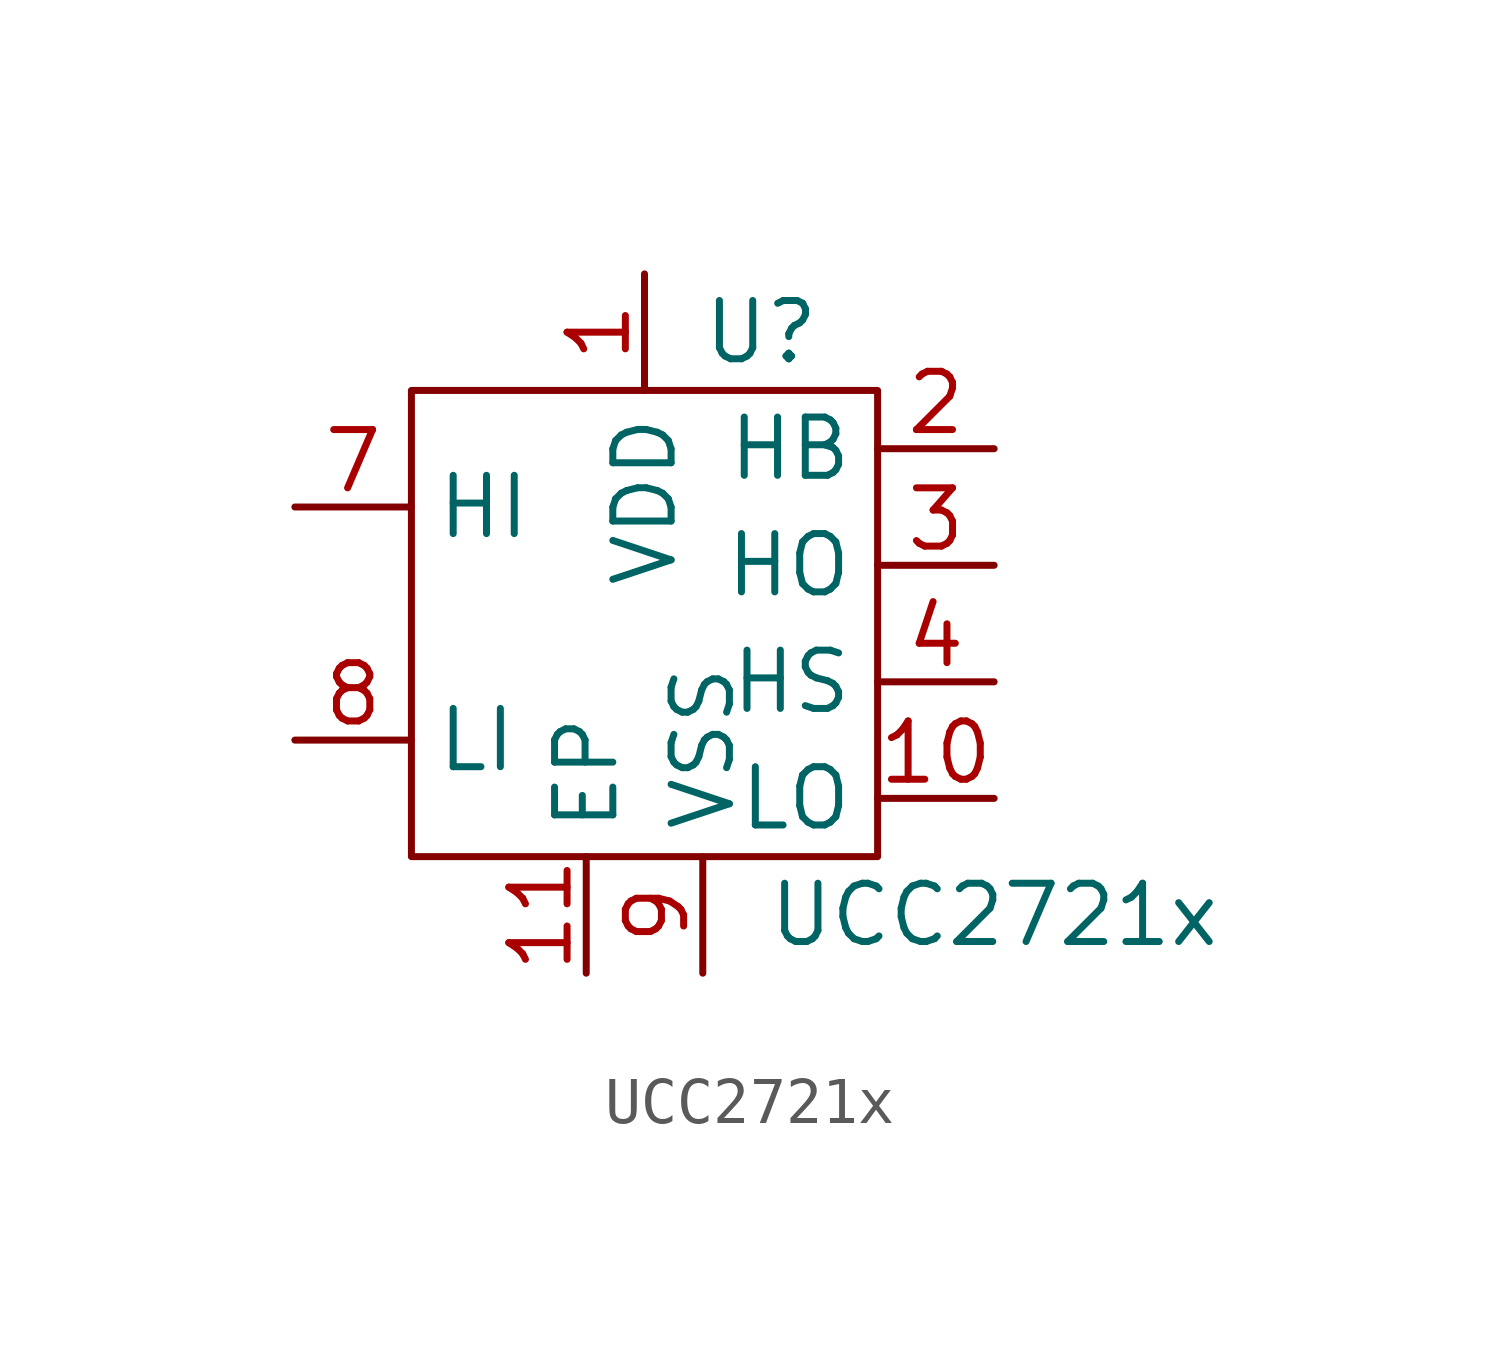
<source format=kicad_sym>
(kicad_symbol_lib
  (version 20211014)
  (generator kicad_symbol_editor)
  (symbol "UCC2721x"
    (property "Reference" "U"
      (at 2.54 6.35 0)
      (effects (font (size 1.27 1.27))))
    (property "Value" "UCC2721x"
      (at 7.62 -6.35 0)
      (effects (font (size 1.27 1.27))))
    (symbol "UCC2721x_0_1"
      (rectangle (start -5.08 5.08) (end 5.08 -5.08) (stroke (width 0) (type default) (color 0 0 0 0)) (fill (type none))))
    (symbol "UCC2721x_1_1"
      (pin input line (at 0 7.62 270) (length 2.54) (name "VDD" (effects (font (size 1.27 1.27)))) (number "1" (effects (font (size 1.27 1.27)))))
      (pin input line (at 7.62 -3.81 180) (length 2.54) (name "LO" (effects (font (size 1.27 1.27)))) (number "10" (effects (font (size 1.27 1.27)))))
      (pin input line (at -1.27 -7.62 90) (length 2.54) (name "EP" (effects (font (size 1.27 1.27)))) (number "11" (effects (font (size 1.27 1.27)))))
      (pin input line (at 7.62 3.81 180) (length 2.54) (name "HB" (effects (font (size 1.27 1.27)))) (number "2" (effects (font (size 1.27 1.27)))))
      (pin input line (at 7.62 1.27 180) (length 2.54) (name "HO" (effects (font (size 1.27 1.27)))) (number "3" (effects (font (size 1.27 1.27)))))
      (pin input line (at 7.62 -1.27 180) (length 2.54) (name "HS" (effects (font (size 1.27 1.27)))) (number "4" (effects (font (size 1.27 1.27)))))
      (pin input line (at -7.62 2.54 0) (length 2.54) (name "HI" (effects (font (size 1.27 1.27)))) (number "7" (effects (font (size 1.27 1.27)))))
      (pin input line (at -7.62 -2.54 0) (length 2.54) (name "LI" (effects (font (size 1.27 1.27)))) (number "8" (effects (font (size 1.27 1.27)))))
      (pin input line (at 1.27 -7.62 90) (length 2.54) (name "VSS" (effects (font (size 1.27 1.27)))) (number "9" (effects (font (size 1.27 1.27))))))))
</source>
